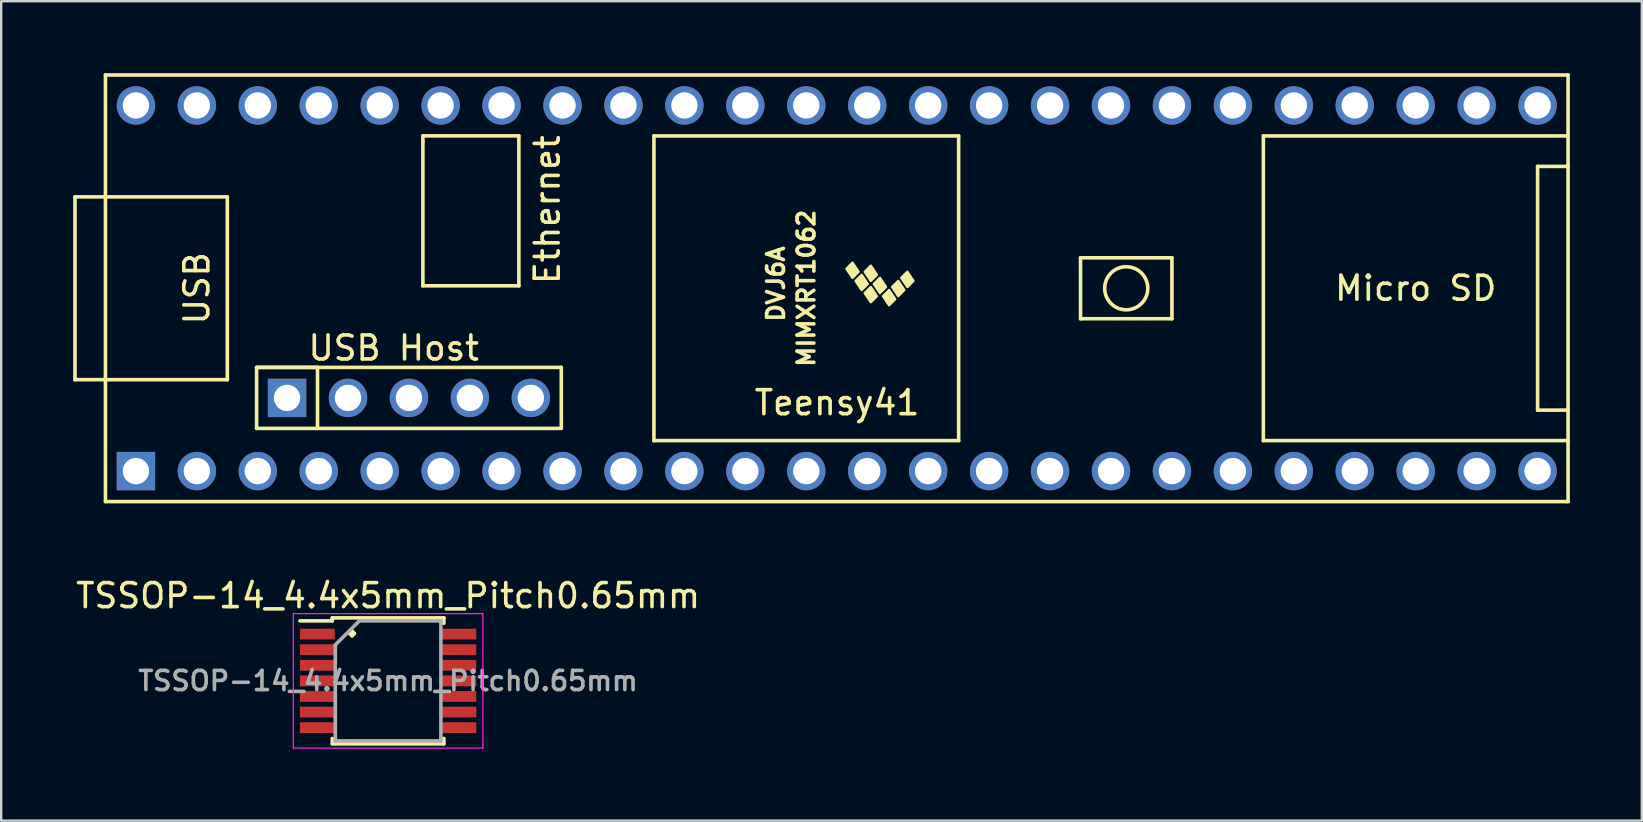
<source format=kicad_pcb>
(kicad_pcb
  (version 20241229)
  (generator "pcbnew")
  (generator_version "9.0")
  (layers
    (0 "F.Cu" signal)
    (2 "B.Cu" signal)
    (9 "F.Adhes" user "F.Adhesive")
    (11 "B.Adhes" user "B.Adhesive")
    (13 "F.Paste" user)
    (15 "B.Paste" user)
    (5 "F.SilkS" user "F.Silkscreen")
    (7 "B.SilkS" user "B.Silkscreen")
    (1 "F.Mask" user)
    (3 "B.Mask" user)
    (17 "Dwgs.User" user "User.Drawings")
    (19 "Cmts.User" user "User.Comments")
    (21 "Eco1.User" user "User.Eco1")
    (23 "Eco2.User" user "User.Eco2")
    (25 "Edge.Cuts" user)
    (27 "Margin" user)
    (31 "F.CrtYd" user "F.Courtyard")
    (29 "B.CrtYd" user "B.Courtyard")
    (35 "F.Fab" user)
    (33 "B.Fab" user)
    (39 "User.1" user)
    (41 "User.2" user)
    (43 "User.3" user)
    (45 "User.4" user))
  (footprint "TSSOP-14_4.4x5mm_Pitch0.65mm"
    (layer "F.Cu")
    (at 13.125 25.328)
    (property "Reference" "TSSOP-14_4.4x5mm_Pitch0.65mm" (at 0 -3.55 0) (layer "F.SilkS") (effects (font (size 1 1) (thickness 0.15))))
    (attr smd)
    (fp_line (start -2.325 -2.625) (end -2.325 -2.5) (stroke (width 0.15) (type solid)) (layer "F.SilkS"))
    (fp_line (start -2.325 -2.625) (end 2.325 -2.625) (stroke (width 0.15) (type solid)) (layer "F.SilkS"))
    (fp_line (start -2.325 -2.5) (end -3.675 -2.5) (stroke (width 0.15) (type solid)) (layer "F.SilkS"))
    (fp_line (start -2.325 2.625) (end -2.325 2.4) (stroke (width 0.15) (type solid)) (layer "F.SilkS"))
    (fp_line (start -2.325 2.625) (end 2.325 2.625) (stroke (width 0.15) (type solid)) (layer "F.SilkS"))
    (fp_line (start 2.325 -2.625) (end 2.325 -2.4) (stroke (width 0.15) (type solid)) (layer "F.SilkS"))
    (fp_line (start 2.325 2.625) (end 2.325 2.4) (stroke (width 0.15) (type solid)) (layer "F.SilkS"))
    (fp_line (start -3.95 -2.8) (end -3.95 2.8) (stroke (width 0.05) (type solid)) (layer "F.CrtYd"))
    (fp_line (start -3.95 -2.8) (end 3.95 -2.8) (stroke (width 0.05) (type solid)) (layer "F.CrtYd"))
    (fp_line (start -3.95 2.8) (end 3.95 2.8) (stroke (width 0.05) (type solid)) (layer "F.CrtYd"))
    (fp_line (start 3.95 -2.8) (end 3.95 2.8) (stroke (width 0.05) (type solid)) (layer "F.CrtYd"))
    (fp_line (start -2.2 -1.5) (end -1.2 -2.5) (stroke (width 0.15) (type solid)) (layer "F.Fab"))
    (fp_line (start -2.2 2.5) (end -2.2 -1.5) (stroke (width 0.15) (type solid)) (layer "F.Fab"))
    (fp_line (start -1.2 -2.5) (end 2.2 -2.5) (stroke (width 0.15) (type solid)) (layer "F.Fab"))
    (fp_line (start 2.2 -2.5) (end 2.2 2.5) (stroke (width 0.15) (type solid)) (layer "F.Fab"))
    (fp_line (start 2.2 2.5) (end -2.2 2.5) (stroke (width 0.15) (type solid)) (layer "F.Fab"))
    (fp_text user "." (at -1.5 -2.8 0) (layer "F.SilkS") (effects (font (size 2 2) (thickness 0.15))))
    (fp_text user "${REFERENCE}" (at 0 0 0) (layer "F.Fab") (effects (font (size 0.8 0.8) (thickness 0.15))))
    (pad "1" smd rect (at -2.95 -1.95) (size 1.45 0.45) (layers "F.Cu" "F.Mask" "F.Paste"))
    (pad "2" smd rect (at -2.95 -1.3) (size 1.45 0.45) (layers "F.Cu" "F.Mask" "F.Paste"))
    (pad "3" smd rect (at -2.95 -0.65) (size 1.45 0.45) (layers "F.Cu" "F.Mask" "F.Paste"))
    (pad "4" smd rect (at -2.95 0) (size 1.45 0.45) (layers "F.Cu" "F.Mask" "F.Paste"))
    (pad "5" smd rect (at -2.95 0.65) (size 1.45 0.45) (layers "F.Cu" "F.Mask" "F.Paste"))
    (pad "6" smd rect (at -2.95 1.3) (size 1.45 0.45) (layers "F.Cu" "F.Mask" "F.Paste"))
    (pad "7" smd rect (at -2.95 1.95) (size 1.45 0.45) (layers "F.Cu" "F.Mask" "F.Paste"))
    (pad "8" smd rect (at 2.95 1.95) (size 1.45 0.45) (layers "F.Cu" "F.Mask" "F.Paste"))
    (pad "9" smd rect (at 2.95 1.3) (size 1.45 0.45) (layers "F.Cu" "F.Mask" "F.Paste"))
    (pad "10" smd rect (at 2.95 0.65) (size 1.45 0.45) (layers "F.Cu" "F.Mask" "F.Paste"))
    (pad "11" smd rect (at 2.95 0) (size 1.45 0.45) (layers "F.Cu" "F.Mask" "F.Paste"))
    (pad "12" smd rect (at 2.95 -0.65) (size 1.45 0.45) (layers "F.Cu" "F.Mask" "F.Paste"))
    (pad "13" smd rect (at 2.95 -1.3) (size 1.45 0.45) (layers "F.Cu" "F.Mask" "F.Paste"))
    (pad "14" smd rect (at 2.95 -1.95) (size 1.45 0.45) (layers "F.Cu" "F.Mask" "F.Paste")))
  (footprint "Teensy41"
    (layer "F.Cu")
    (at 31.825 8.965)
    (property "Reference" "Teensy41" (at 0.01 4.77 0) (layer "F.SilkS") (effects (font (size 1 1) (thickness 0.15))))
    (attr through_hole)
    (fp_line (start -31.75 -3.81) (end -30.48 -3.81) (stroke (width 0.15) (type solid)) (layer "F.SilkS"))
    (fp_line (start -31.75 3.81) (end -31.75 -3.81) (stroke (width 0.15) (type solid)) (layer "F.SilkS"))
    (fp_line (start -30.48 -8.89) (end 30.48 -8.89) (stroke (width 0.15) (type solid)) (layer "F.SilkS"))
    (fp_line (start -30.48 3.81) (end -31.75 3.81) (stroke (width 0.15) (type solid)) (layer "F.SilkS"))
    (fp_line (start -30.48 8.89) (end -30.48 -8.89) (stroke (width 0.15) (type solid)) (layer "F.SilkS"))
    (fp_line (start -25.4 -3.81) (end -30.48 -3.81) (stroke (width 0.15) (type solid)) (layer "F.SilkS"))
    (fp_line (start -25.4 3.81) (end -30.48 3.81) (stroke (width 0.15) (type solid)) (layer "F.SilkS"))
    (fp_line (start -25.4 3.81) (end -25.4 -3.81) (stroke (width 0.15) (type solid)) (layer "F.SilkS"))
    (fp_line (start -24.181 3.299) (end -21.641 3.299) (stroke (width 0.15) (type solid)) (layer "F.SilkS"))
    (fp_line (start -24.181 3.299) (end -11.481 3.299) (stroke (width 0.15) (type solid)) (layer "F.SilkS"))
    (fp_line (start -24.181 5.839) (end -24.181 3.299) (stroke (width 0.15) (type solid)) (layer "F.SilkS"))
    (fp_line (start -21.641 3.299) (end -21.641 5.839) (stroke (width 0.15) (type solid)) (layer "F.SilkS"))
    (fp_line (start -17.25 -6.352) (end -17.25 -6.102) (stroke (width 0.15) (type solid)) (layer "F.SilkS"))
    (fp_line (start -17.25 -6.102) (end -17.25 -0.102) (stroke (width 0.15) (type solid)) (layer "F.SilkS"))
    (fp_line (start -17.25 -0.102) (end -13.25 -0.102) (stroke (width 0.15) (type solid)) (layer "F.SilkS"))
    (fp_line (start -13.25 -6.352) (end -17.25 -6.352) (stroke (width 0.15) (type solid)) (layer "F.SilkS"))
    (fp_line (start -13.25 -0.102) (end -13.25 -6.352) (stroke (width 0.15) (type solid)) (layer "F.SilkS"))
    (fp_line (start -11.481 3.299) (end -11.481 5.839) (stroke (width 0.15) (type solid)) (layer "F.SilkS"))
    (fp_line (start -11.481 5.839) (end -24.181 5.839) (stroke (width 0.15) (type solid)) (layer "F.SilkS"))
    (fp_line (start -7.62 -6.35) (end -7.62 6.35) (stroke (width 0.15) (type solid)) (layer "F.SilkS"))
    (fp_line (start -7.62 6.35) (end 5.08 6.35) (stroke (width 0.15) (type solid)) (layer "F.SilkS"))
    (fp_line (start 5.08 -6.35) (end -7.62 -6.35) (stroke (width 0.15) (type solid)) (layer "F.SilkS"))
    (fp_line (start 5.08 6.35) (end 5.08 -6.35) (stroke (width 0.15) (type solid)) (layer "F.SilkS"))
    (fp_line (start 10.16 -1.27) (end 13.97 -1.27) (stroke (width 0.15) (type solid)) (layer "F.SilkS"))
    (fp_line (start 10.16 1.27) (end 10.16 -1.27) (stroke (width 0.15) (type solid)) (layer "F.SilkS"))
    (fp_line (start 13.97 -1.27) (end 13.97 1.27) (stroke (width 0.15) (type solid)) (layer "F.SilkS"))
    (fp_line (start 13.97 1.27) (end 10.16 1.27) (stroke (width 0.15) (type solid)) (layer "F.SilkS"))
    (fp_line (start 17.78 -6.35) (end 17.78 6.35) (stroke (width 0.15) (type solid)) (layer "F.SilkS"))
    (fp_line (start 17.78 6.35) (end 30.48 6.35) (stroke (width 0.15) (type solid)) (layer "F.SilkS"))
    (fp_line (start 29.21 -5.08) (end 29.21 5.08) (stroke (width 0.15) (type solid)) (layer "F.SilkS"))
    (fp_line (start 29.21 5.08) (end 30.48 5.08) (stroke (width 0.15) (type solid)) (layer "F.SilkS"))
    (fp_line (start 30.48 -8.89) (end 30.48 8.89) (stroke (width 0.15) (type solid)) (layer "F.SilkS"))
    (fp_line (start 30.48 -6.35) (end 17.78 -6.35) (stroke (width 0.15) (type solid)) (layer "F.SilkS"))
    (fp_line (start 30.48 -5.08) (end 29.21 -5.08) (stroke (width 0.15) (type solid)) (layer "F.SilkS"))
    (fp_line (start 30.48 8.89) (end -30.48 8.89) (stroke (width 0.15) (type solid)) (layer "F.SilkS"))
    (fp_circle (center 12.065 0) (end 12.7 -0.635) (stroke (width 0.15) (type solid)) (fill no) (layer "F.SilkS"))
    (fp_poly (pts (xy 0.911 -0.688) (xy 0.657 -0.434) (xy 0.403 -0.815) (xy 0.657 -1.069)) (stroke (width 0.1) (type solid)) (fill yes) (layer "F.SilkS"))
    (fp_poly (pts (xy 1.292 -0.18) (xy 1.038 0.074) (xy 0.784 -0.307) (xy 1.038 -0.561)) (stroke (width 0.1) (type solid)) (fill yes) (layer "F.SilkS"))
    (fp_poly (pts (xy 1.673 -0.561) (xy 1.419 -0.307) (xy 1.165 -0.688) (xy 1.419 -0.942)) (stroke (width 0.1) (type solid)) (fill yes) (layer "F.SilkS"))
    (fp_poly (pts (xy 1.673 0.328) (xy 1.419 0.582) (xy 1.165 0.201) (xy 1.419 -0.053)) (stroke (width 0.1) (type solid)) (fill yes) (layer "F.SilkS"))
    (fp_poly (pts (xy 2.054 -0.053) (xy 1.8 0.201) (xy 1.546 -0.18) (xy 1.8 -0.434)) (stroke (width 0.1) (type solid)) (fill yes) (layer "F.SilkS"))
    (fp_poly (pts (xy 2.435 0.455) (xy 2.181 0.709) (xy 1.927 0.328) (xy 2.181 0.074)) (stroke (width 0.1) (type solid)) (fill yes) (layer "F.SilkS"))
    (fp_poly (pts (xy 2.816 0.074) (xy 2.562 0.328) (xy 2.308 -0.053) (xy 2.562 -0.307)) (stroke (width 0.1) (type solid)) (fill yes) (layer "F.SilkS"))
    (fp_poly (pts (xy 3.197 -0.307) (xy 2.943 -0.053) (xy 2.689 -0.434) (xy 2.943 -0.688)) (stroke (width 0.1) (type solid)) (fill yes) (layer "F.SilkS"))
    (fp_text user "MIMXRT1062" (at -1.27 0 90) (layer "F.SilkS") (effects (font (size 0.7 0.7) (thickness 0.15))))
    (fp_text user "DVJ6A" (at -2.54 -0.18 90) (layer "F.SilkS") (effects (font (size 0.7 0.7) (thickness 0.15))))
    (fp_text user "USB" (at -26.67 0 90) (layer "F.SilkS") (effects (font (size 1 1) (thickness 0.15))))
    (fp_text user "Ethernet" (at -12.065 -3.277 270) (layer "F.SilkS") (effects (font (size 1 1) (thickness 0.15))))
    (fp_text user "USB Host" (at -18.466 2.489 0) (layer "F.SilkS") (effects (font (size 1 1) (thickness 0.15))))
    (fp_text user "Micro SD" (at 24.13 0 0) (layer "F.SilkS") (effects (font (size 1 1) (thickness 0.15))))
    (pad "1" thru_hole rect (at -29.21 7.62) (size 1.6 1.6) (drill 1.1) (layers "*.Cu" "*.Mask"))
    (pad "2" thru_hole circle (at -26.67 7.62) (size 1.6 1.6) (drill 1.1) (layers "*.Cu" "*.Mask"))
    (pad "3" thru_hole circle (at -24.13 7.62) (size 1.6 1.6) (drill 1.1) (layers "*.Cu" "*.Mask"))
    (pad "4" thru_hole circle (at -21.59 7.62) (size 1.6 1.6) (drill 1.1) (layers "*.Cu" "*.Mask"))
    (pad "5" thru_hole circle (at -19.05 7.62) (size 1.6 1.6) (drill 1.1) (layers "*.Cu" "*.Mask"))
    (pad "6" thru_hole circle (at -16.51 7.62) (size 1.6 1.6) (drill 1.1) (layers "*.Cu" "*.Mask"))
    (pad "7" thru_hole circle (at -13.97 7.62) (size 1.6 1.6) (drill 1.1) (layers "*.Cu" "*.Mask"))
    (pad "8" thru_hole circle (at -11.43 7.62) (size 1.6 1.6) (drill 1.1) (layers "*.Cu" "*.Mask"))
    (pad "9" thru_hole circle (at -8.89 7.62) (size 1.6 1.6) (drill 1.1) (layers "*.Cu" "*.Mask"))
    (pad "10" thru_hole circle (at -6.35 7.62) (size 1.6 1.6) (drill 1.1) (layers "*.Cu" "*.Mask"))
    (pad "11" thru_hole circle (at -3.81 7.62) (size 1.6 1.6) (drill 1.1) (layers "*.Cu" "*.Mask"))
    (pad "12" thru_hole circle (at -1.27 7.62) (size 1.6 1.6) (drill 1.1) (layers "*.Cu" "*.Mask"))
    (pad "13" thru_hole circle (at 1.27 7.62) (size 1.6 1.6) (drill 1.1) (layers "*.Cu" "*.Mask"))
    (pad "14" thru_hole circle (at 3.81 7.62) (size 1.6 1.6) (drill 1.1) (layers "*.Cu" "*.Mask"))
    (pad "15" thru_hole circle (at 6.35 7.62) (size 1.6 1.6) (drill 1.1) (layers "*.Cu" "*.Mask"))
    (pad "16" thru_hole circle (at 8.89 7.62) (size 1.6 1.6) (drill 1.1) (layers "*.Cu" "*.Mask"))
    (pad "17" thru_hole circle (at 11.43 7.62) (size 1.6 1.6) (drill 1.1) (layers "*.Cu" "*.Mask"))
    (pad "18" thru_hole circle (at 13.97 7.62) (size 1.6 1.6) (drill 1.1) (layers "*.Cu" "*.Mask"))
    (pad "19" thru_hole circle (at 16.51 7.62) (size 1.6 1.6) (drill 1.1) (layers "*.Cu" "*.Mask"))
    (pad "20" thru_hole circle (at 19.05 7.62) (size 1.6 1.6) (drill 1.1) (layers "*.Cu" "*.Mask"))
    (pad "21" thru_hole circle (at 21.59 7.62) (size 1.6 1.6) (drill 1.1) (layers "*.Cu" "*.Mask"))
    (pad "22" thru_hole circle (at 24.13 7.62) (size 1.6 1.6) (drill 1.1) (layers "*.Cu" "*.Mask"))
    (pad "23" thru_hole circle (at 26.67 7.62) (size 1.6 1.6) (drill 1.1) (layers "*.Cu" "*.Mask"))
    (pad "24" thru_hole circle (at 29.21 7.62) (size 1.6 1.6) (drill 1.1) (layers "*.Cu" "*.Mask"))
    (pad "25" thru_hole circle (at 29.21 -7.62) (size 1.6 1.6) (drill 1.1) (layers "*.Cu" "*.Mask"))
    (pad "26" thru_hole circle (at 26.67 -7.62) (size 1.6 1.6) (drill 1.1) (layers "*.Cu" "*.Mask"))
    (pad "27" thru_hole circle (at 24.13 -7.62) (size 1.6 1.6) (drill 1.1) (layers "*.Cu" "*.Mask"))
    (pad "28" thru_hole circle (at 21.59 -7.62) (size 1.6 1.6) (drill 1.1) (layers "*.Cu" "*.Mask"))
    (pad "29" thru_hole circle (at 19.05 -7.62) (size 1.6 1.6) (drill 1.1) (layers "*.Cu" "*.Mask"))
    (pad "30" thru_hole circle (at 16.51 -7.62) (size 1.6 1.6) (drill 1.1) (layers "*.Cu" "*.Mask"))
    (pad "31" thru_hole circle (at 13.97 -7.62) (size 1.6 1.6) (drill 1.1) (layers "*.Cu" "*.Mask"))
    (pad "32" thru_hole circle (at 11.43 -7.62) (size 1.6 1.6) (drill 1.1) (layers "*.Cu" "*.Mask"))
    (pad "33" thru_hole circle (at 8.89 -7.62) (size 1.6 1.6) (drill 1.1) (layers "*.Cu" "*.Mask"))
    (pad "34" thru_hole circle (at 6.35 -7.62) (size 1.6 1.6) (drill 1.1) (layers "*.Cu" "*.Mask"))
    (pad "35" thru_hole circle (at 3.81 -7.62) (size 1.6 1.6) (drill 1.1) (layers "*.Cu" "*.Mask"))
    (pad "36" thru_hole circle (at 1.27 -7.62) (size 1.6 1.6) (drill 1.1) (layers "*.Cu" "*.Mask"))
    (pad "37" thru_hole circle (at -1.27 -7.62) (size 1.6 1.6) (drill 1.1) (layers "*.Cu" "*.Mask"))
    (pad "38" thru_hole circle (at -3.81 -7.62) (size 1.6 1.6) (drill 1.1) (layers "*.Cu" "*.Mask"))
    (pad "39" thru_hole circle (at -6.35 -7.62) (size 1.6 1.6) (drill 1.1) (layers "*.Cu" "*.Mask"))
    (pad "40" thru_hole circle (at -8.89 -7.62) (size 1.6 1.6) (drill 1.1) (layers "*.Cu" "*.Mask"))
    (pad "41" thru_hole circle (at -11.43 -7.62) (size 1.6 1.6) (drill 1.1) (layers "*.Cu" "*.Mask"))
    (pad "42" thru_hole circle (at -13.97 -7.62) (size 1.6 1.6) (drill 1.1) (layers "*.Cu" "*.Mask"))
    (pad "43" thru_hole circle (at -16.51 -7.62) (size 1.6 1.6) (drill 1.1) (layers "*.Cu" "*.Mask"))
    (pad "44" thru_hole circle (at -19.05 -7.62) (size 1.6 1.6) (drill 1.1) (layers "*.Cu" "*.Mask"))
    (pad "45" thru_hole circle (at -21.59 -7.62) (size 1.6 1.6) (drill 1.1) (layers "*.Cu" "*.Mask"))
    (pad "46" thru_hole circle (at -24.13 -7.62) (size 1.6 1.6) (drill 1.1) (layers "*.Cu" "*.Mask"))
    (pad "47" thru_hole circle (at -26.67 -7.62) (size 1.6 1.6) (drill 1.1) (layers "*.Cu" "*.Mask"))
    (pad "48" thru_hole circle (at -29.21 -7.62) (size 1.6 1.6) (drill 1.1) (layers "*.Cu" "*.Mask"))
    (pad "55" thru_hole rect (at -22.911 4.569) (size 1.6 1.6) (drill 1.1) (layers "*.Cu" "*.Mask"))
    (pad "56" thru_hole circle (at -20.371 4.569) (size 1.6 1.6) (drill 1.1) (layers "*.Cu" "*.Mask"))
    (pad "57" thru_hole circle (at -17.831 4.569) (size 1.6 1.6) (drill 1.1) (layers "*.Cu" "*.Mask"))
    (pad "58" thru_hole circle (at -15.291 4.569) (size 1.6 1.6) (drill 1.1) (layers "*.Cu" "*.Mask"))
    (pad "59" thru_hole circle (at -12.751 4.569) (size 1.6 1.6) (drill 1.1) (layers "*.Cu" "*.Mask")))
  (gr_rect
    (start -3 -3)
    (end 65.38 31.153)
    (stroke (width 0.1) (type default))
    (fill no)
    (layer "Edge.Cuts")))
</source>
